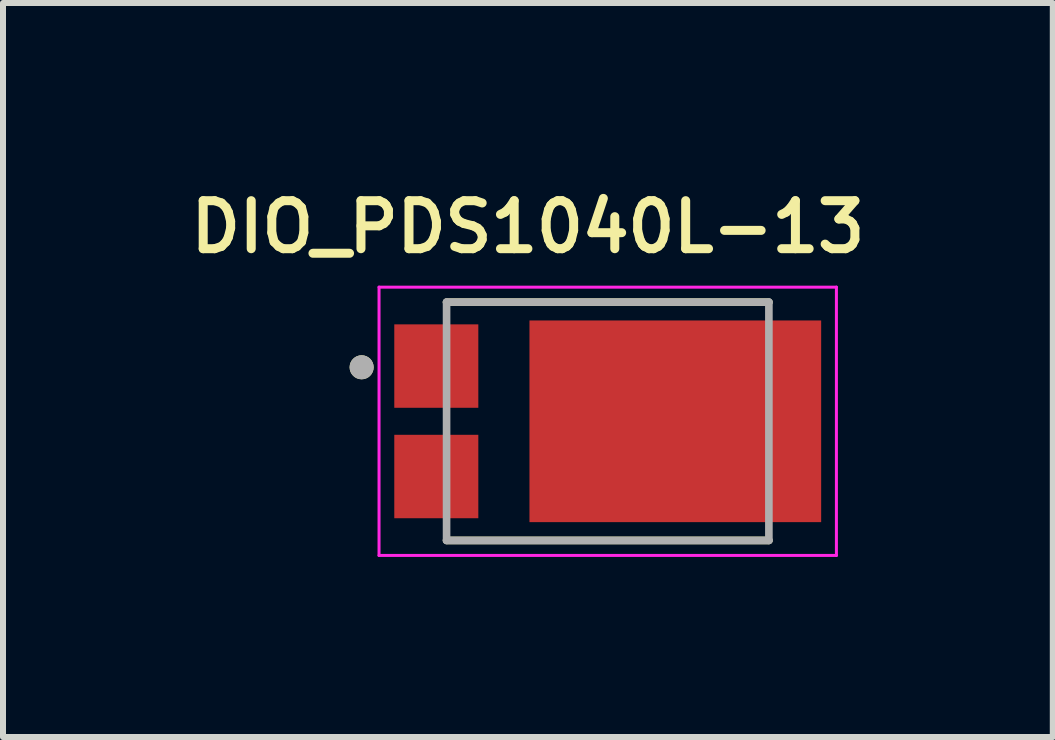
<source format=kicad_pcb>
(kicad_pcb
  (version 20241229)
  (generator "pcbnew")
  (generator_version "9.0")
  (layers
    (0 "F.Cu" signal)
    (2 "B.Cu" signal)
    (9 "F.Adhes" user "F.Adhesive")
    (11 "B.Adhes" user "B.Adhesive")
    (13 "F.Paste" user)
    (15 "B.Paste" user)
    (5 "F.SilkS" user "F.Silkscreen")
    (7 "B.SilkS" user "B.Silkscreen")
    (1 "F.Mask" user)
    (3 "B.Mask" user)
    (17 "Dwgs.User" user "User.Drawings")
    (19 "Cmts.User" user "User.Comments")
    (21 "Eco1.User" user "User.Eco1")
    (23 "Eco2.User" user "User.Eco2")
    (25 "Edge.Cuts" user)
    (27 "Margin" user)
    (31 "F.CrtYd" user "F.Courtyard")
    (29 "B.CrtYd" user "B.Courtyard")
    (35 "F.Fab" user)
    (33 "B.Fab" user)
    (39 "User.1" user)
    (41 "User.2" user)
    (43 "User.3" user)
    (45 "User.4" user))
  (footprint "DIO_PDS1040L-13"
    (layer "F.Cu")
    (at 7.075 3.969)
    (property "Reference" "DIO_PDS1040L-13" (at -1.33 -3.238 0) (layer "F.SilkS") (effects (font (size 0.8 0.8) (thickness 0.15))))
    (attr smd)
    (fp_line (start -2.685 -1.985) (end 2.685 -1.985) (stroke (width 0.127) (type solid)) (layer "F.SilkS"))
    (fp_line (start 2.685 1.985) (end -2.685 1.985) (stroke (width 0.127) (type solid)) (layer "F.SilkS"))
    (fp_circle (center -4.1 -0.9) (end -4 -0.9) (stroke (width 0.2) (type solid)) (fill no) (layer "F.SilkS"))
    (fp_poly (pts (xy 0.066 -1.54) (xy 2.186 -1.54) (xy 2.186 1.54) (xy 0.066 1.54)) (stroke (width 0.01) (type solid)) (fill yes) (layer "F.Paste"))
    (fp_line (start -3.81 -2.235) (end 3.81 -2.235) (stroke (width 0.05) (type solid)) (layer "F.CrtYd"))
    (fp_line (start -3.81 2.235) (end -3.81 -2.235) (stroke (width 0.05) (type solid)) (layer "F.CrtYd"))
    (fp_line (start 3.81 -2.235) (end 3.81 2.235) (stroke (width 0.05) (type solid)) (layer "F.CrtYd"))
    (fp_line (start 3.81 2.235) (end -3.81 2.235) (stroke (width 0.05) (type solid)) (layer "F.CrtYd"))
    (fp_line (start -2.685 -1.985) (end 2.685 -1.985) (stroke (width 0.127) (type solid)) (layer "F.Fab"))
    (fp_line (start -2.685 1.985) (end -2.685 -1.985) (stroke (width 0.127) (type solid)) (layer "F.Fab"))
    (fp_line (start 2.685 -1.985) (end 2.685 1.985) (stroke (width 0.127) (type solid)) (layer "F.Fab"))
    (fp_line (start 2.685 1.985) (end -2.685 1.985) (stroke (width 0.127) (type solid)) (layer "F.Fab"))
    (fp_circle (center -4.1 -0.9) (end -4 -0.9) (stroke (width 0.2) (type solid)) (fill no) (layer "F.Fab"))
    (pad "1" smd rect (at -2.856 -0.92) (size 1.4 1.39) (layers "F.Cu" "F.Mask" "F.Paste"))
    (pad "2" smd rect (at -2.856 0.92) (size 1.4 1.39) (layers "F.Cu" "F.Mask" "F.Paste"))
    (pad "3" smd rect (at 1.126 0) (size 4.86 3.36) (layers "F.Cu" "F.Mask")))
  (gr_rect
    (start -3 -3)
    (end 14.49 9.229)
    (stroke (width 0.1) (type default))
    (fill no)
    (layer "Edge.Cuts")))
</source>
